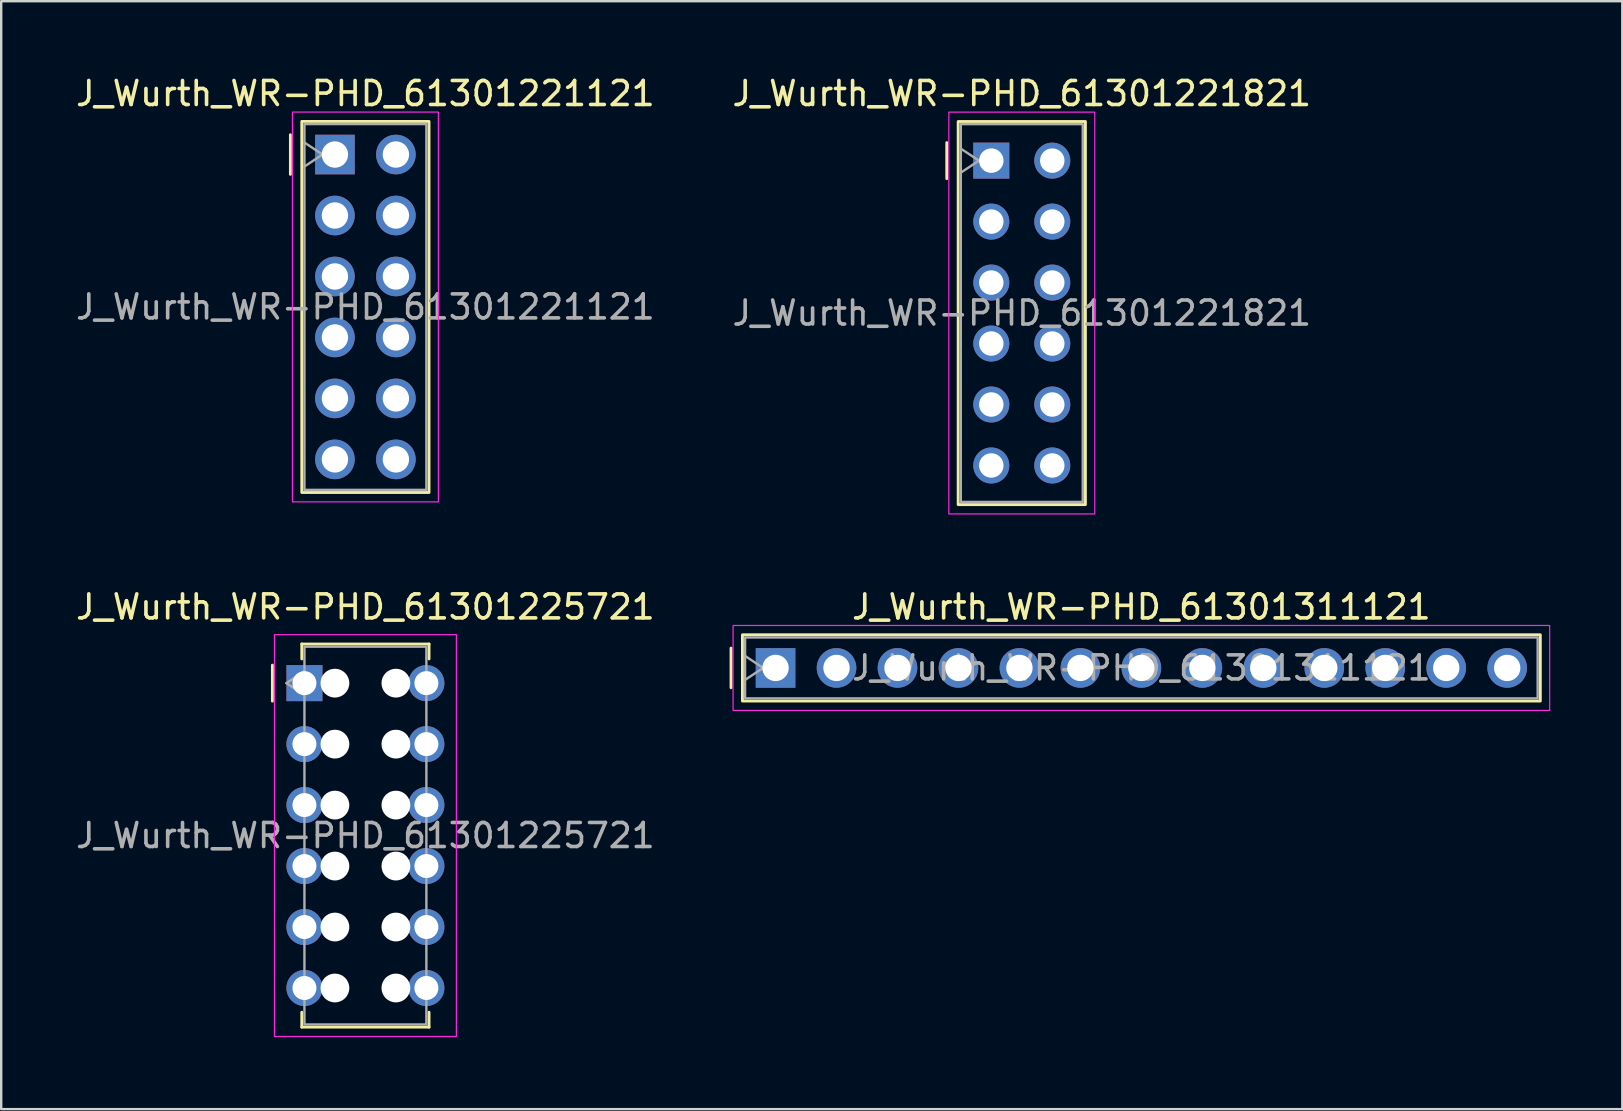
<source format=kicad_pcb>
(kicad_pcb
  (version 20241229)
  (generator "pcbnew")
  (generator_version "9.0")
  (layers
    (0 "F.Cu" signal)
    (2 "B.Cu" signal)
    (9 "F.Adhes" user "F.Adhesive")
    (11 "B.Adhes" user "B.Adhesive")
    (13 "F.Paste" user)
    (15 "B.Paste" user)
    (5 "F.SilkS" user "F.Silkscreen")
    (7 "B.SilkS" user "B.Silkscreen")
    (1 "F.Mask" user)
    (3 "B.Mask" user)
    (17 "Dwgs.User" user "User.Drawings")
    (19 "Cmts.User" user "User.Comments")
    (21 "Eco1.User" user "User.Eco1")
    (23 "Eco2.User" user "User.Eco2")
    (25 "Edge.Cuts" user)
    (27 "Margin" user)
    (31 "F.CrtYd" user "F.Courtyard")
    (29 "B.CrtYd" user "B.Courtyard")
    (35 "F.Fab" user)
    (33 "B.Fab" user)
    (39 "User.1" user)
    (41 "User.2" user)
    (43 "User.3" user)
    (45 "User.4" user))
  (footprint "J_Wurth_WR-PHD_61301311121"
    (layer "F.Cu")
    (at 29.26 24.776)
    (property "Reference" "J_Wurth_WR-PHD_61301311121" (at 15.24 -2.54 0) (unlocked yes) (layer "F.SilkS") (effects (font (size 1 1) (thickness 0.15))))
    (attr through_hole)
    (fp_line (start -1.855 -0.825) (end -1.855 0.825) (stroke (width 0.12) (type solid)) (layer "F.SilkS"))
    (fp_rect (start -1.38 -1.38) (end 31.86 1.38) (stroke (width 0.12) (type solid)) (fill no) (layer "F.SilkS"))
    (fp_rect (start -1.77 -1.77) (end 32.25 1.77) (stroke (width 0.05) (type solid)) (fill no) (layer "F.CrtYd"))
    (fp_line (start -1.27 -0.5) (end -0.52 0) (stroke (width 0.1) (type solid)) (layer "F.Fab"))
    (fp_line (start -0.52 0) (end -1.27 0.5) (stroke (width 0.1) (type solid)) (layer "F.Fab"))
    (fp_rect (start -1.27 -1.27) (end 31.75 1.27) (stroke (width 0.1) (type solid)) (fill no) (layer "F.Fab"))
    (fp_text user "${REFERENCE}" (at 15.24 0 0) (unlocked yes) (layer "F.Fab") (effects (font (size 1 1) (thickness 0.15))))
    (pad "1" thru_hole rect (at 0 0) (size 1.65 1.65) (drill 1.1) (layers "*.Cu" "*.Mask"))
    (pad "2" thru_hole circle (at 2.54 0) (size 1.65 1.65) (drill 1.1) (layers "*.Cu" "*.Mask"))
    (pad "3" thru_hole circle (at 5.08 0) (size 1.65 1.65) (drill 1.1) (layers "*.Cu" "*.Mask"))
    (pad "4" thru_hole circle (at 7.62 0) (size 1.65 1.65) (drill 1.1) (layers "*.Cu" "*.Mask"))
    (pad "5" thru_hole circle (at 10.16 0) (size 1.65 1.65) (drill 1.1) (layers "*.Cu" "*.Mask"))
    (pad "6" thru_hole circle (at 12.7 0) (size 1.65 1.65) (drill 1.1) (layers "*.Cu" "*.Mask"))
    (pad "7" thru_hole circle (at 15.24 0) (size 1.65 1.65) (drill 1.1) (layers "*.Cu" "*.Mask"))
    (pad "8" thru_hole circle (at 17.78 0) (size 1.65 1.65) (drill 1.1) (layers "*.Cu" "*.Mask"))
    (pad "9" thru_hole circle (at 20.32 0) (size 1.65 1.65) (drill 1.1) (layers "*.Cu" "*.Mask"))
    (pad "10" thru_hole circle (at 22.86 0) (size 1.65 1.65) (drill 1.1) (layers "*.Cu" "*.Mask"))
    (pad "11" thru_hole circle (at 25.4 0) (size 1.65 1.65) (drill 1.1) (layers "*.Cu" "*.Mask"))
    (pad "12" thru_hole circle (at 27.94 0) (size 1.65 1.65) (drill 1.1) (layers "*.Cu" "*.Mask"))
    (pad "13" thru_hole circle (at 30.48 0) (size 1.65 1.65) (drill 1.1) (layers "*.Cu" "*.Mask")))
  (footprint "J_Wurth_WR-PHD_61301225721"
    (layer "F.Cu")
    (at 9.633 25.41)
    (property "Reference" "J_Wurth_WR-PHD_61301225721" (at 2.54 -3.175 0) (unlocked yes) (layer "F.SilkS") (effects (font (size 1 1) (thickness 0.15))))
    (attr through_hole)
    (fp_line (start -1.335 -0.75) (end -1.335 0.75) (stroke (width 0.12) (type solid)) (layer "F.SilkS"))
    (fp_line (start -0.11 -1.63) (end -0.11 -1.01) (stroke (width 0.12) (type solid)) (layer "F.SilkS"))
    (fp_line (start -0.11 14.33) (end -0.11 13.71) (stroke (width 0.12) (type solid)) (layer "F.SilkS"))
    (fp_line (start 5.19 -1.63) (end -0.11 -1.63) (stroke (width 0.12) (type solid)) (layer "F.SilkS"))
    (fp_line (start 5.19 -1.63) (end 5.19 -1.01) (stroke (width 0.12) (type solid)) (layer "F.SilkS"))
    (fp_line (start 5.19 14.33) (end -0.11 14.33) (stroke (width 0.12) (type solid)) (layer "F.SilkS"))
    (fp_line (start 5.19 14.33) (end 5.19 13.71) (stroke (width 0.12) (type solid)) (layer "F.SilkS"))
    (fp_rect (start -1.25 -2.02) (end 6.33 14.72) (stroke (width 0.05) (type solid)) (fill no) (layer "F.CrtYd"))
    (fp_line (start -0.75 0) (end 0 -0.5) (stroke (width 0.1) (type solid)) (layer "F.Fab"))
    (fp_line (start 0 0.5) (end -0.75 0) (stroke (width 0.1) (type solid)) (layer "F.Fab"))
    (fp_rect (start 0 -1.52) (end 5.08 14.22) (stroke (width 0.1) (type solid)) (fill no) (layer "F.Fab"))
    (fp_text user "${REFERENCE}" (at 2.54 6.35 0) (unlocked yes) (layer "F.Fab") (effects (font (size 1 1) (thickness 0.15))))
    (pad "" np_thru_hole circle (at 1.27 0 270) (size 1.2 1.2) (drill 1.2) (layers "*.Cu" "*.Mask"))
    (pad "" np_thru_hole circle (at 1.27 2.54 270) (size 1.2 1.2) (drill 1.2) (layers "*.Cu" "*.Mask"))
    (pad "" np_thru_hole circle (at 1.27 5.08 270) (size 1.2 1.2) (drill 1.2) (layers "*.Cu" "*.Mask"))
    (pad "" np_thru_hole circle (at 1.27 7.62 270) (size 1.2 1.2) (drill 1.2) (layers "*.Cu" "*.Mask"))
    (pad "" np_thru_hole circle (at 1.27 10.16 270) (size 1.2 1.2) (drill 1.2) (layers "*.Cu" "*.Mask"))
    (pad "" np_thru_hole circle (at 1.27 12.7 270) (size 1.2 1.2) (drill 1.2) (layers "*.Cu" "*.Mask"))
    (pad "" np_thru_hole circle (at 3.81 0 270) (size 1.2 1.2) (drill 1.2) (layers "*.Cu" "*.Mask"))
    (pad "" np_thru_hole circle (at 3.81 2.54 270) (size 1.2 1.2) (drill 1.2) (layers "*.Cu" "*.Mask"))
    (pad "" np_thru_hole circle (at 3.81 5.08 270) (size 1.2 1.2) (drill 1.2) (layers "*.Cu" "*.Mask"))
    (pad "" np_thru_hole circle (at 3.81 7.62 270) (size 1.2 1.2) (drill 1.2) (layers "*.Cu" "*.Mask"))
    (pad "" np_thru_hole circle (at 3.81 10.16 270) (size 1.2 1.2) (drill 1.2) (layers "*.Cu" "*.Mask"))
    (pad "" np_thru_hole circle (at 3.81 12.7 270) (size 1.2 1.2) (drill 1.2) (layers "*.Cu" "*.Mask"))
    (pad "1" thru_hole rect (at 0 0 270) (size 1.5 1.5) (drill 1) (layers "*.Cu" "*.Mask"))
    (pad "2" thru_hole circle (at 5.08 0 270) (size 1.5 1.5) (drill 1) (layers "*.Cu" "*.Mask"))
    (pad "3" thru_hole circle (at 0 2.54 270) (size 1.5 1.5) (drill 1) (layers "*.Cu" "*.Mask"))
    (pad "4" thru_hole circle (at 5.08 2.54 270) (size 1.5 1.5) (drill 1) (layers "*.Cu" "*.Mask"))
    (pad "5" thru_hole circle (at 0 5.08 270) (size 1.5 1.5) (drill 1) (layers "*.Cu" "*.Mask"))
    (pad "6" thru_hole circle (at 5.08 5.08 270) (size 1.5 1.5) (drill 1) (layers "*.Cu" "*.Mask"))
    (pad "7" thru_hole circle (at 0 7.62 270) (size 1.5 1.5) (drill 1) (layers "*.Cu" "*.Mask"))
    (pad "8" thru_hole circle (at 5.08 7.62 270) (size 1.5 1.5) (drill 1) (layers "*.Cu" "*.Mask"))
    (pad "9" thru_hole circle (at 0 10.16 270) (size 1.5 1.5) (drill 1) (layers "*.Cu" "*.Mask"))
    (pad "10" thru_hole circle (at 5.08 10.16 270) (size 1.5 1.5) (drill 1) (layers "*.Cu" "*.Mask"))
    (pad "11" thru_hole circle (at 0 12.7 270) (size 1.5 1.5) (drill 1) (layers "*.Cu" "*.Mask"))
    (pad "12" thru_hole circle (at 5.08 12.7 270) (size 1.5 1.5) (drill 1) (layers "*.Cu" "*.Mask")))
  (footprint "J_Wurth_WR-PHD_61301221821"
    (layer "F.Cu")
    (at 38.248 3.642)
    (property "Reference" "J_Wurth_WR-PHD_61301221821" (at 1.27 -2.794 0) (unlocked yes) (layer "F.SilkS") (effects (font (size 1 1) (thickness 0.15))))
    (attr through_hole)
    (fp_line (start -1.855 -0.75) (end -1.855 0.75) (stroke (width 0.12) (type solid)) (layer "F.SilkS"))
    (fp_rect (start -1.38 -1.63) (end 3.92 14.33) (stroke (width 0.12) (type solid)) (fill no) (layer "F.SilkS"))
    (fp_rect (start -1.77 -2.02) (end 4.31 14.72) (stroke (width 0.05) (type solid)) (fill no) (layer "F.CrtYd"))
    (fp_line (start -1.27 -0.5) (end -0.52 0) (stroke (width 0.1) (type solid)) (layer "F.Fab"))
    (fp_line (start -0.52 0) (end -1.27 0.5) (stroke (width 0.1) (type solid)) (layer "F.Fab"))
    (fp_rect (start -1.27 -1.52) (end 3.81 14.22) (stroke (width 0.1) (type solid)) (fill no) (layer "F.Fab"))
    (fp_text user "${REFERENCE}" (at 1.27 6.35 0) (unlocked yes) (layer "F.Fab") (effects (font (size 1 1) (thickness 0.15))))
    (pad "1" thru_hole rect (at 0 0) (size 1.5 1.5) (drill 1.02) (layers "*.Cu" "*.Mask"))
    (pad "2" thru_hole circle (at 2.54 0) (size 1.5 1.5) (drill 1.02) (layers "*.Cu" "*.Mask"))
    (pad "3" thru_hole circle (at 0 2.54) (size 1.5 1.5) (drill 1.02) (layers "*.Cu" "*.Mask"))
    (pad "4" thru_hole circle (at 2.54 2.54) (size 1.5 1.5) (drill 1.02) (layers "*.Cu" "*.Mask"))
    (pad "5" thru_hole circle (at 0 5.08) (size 1.5 1.5) (drill 1.02) (layers "*.Cu" "*.Mask"))
    (pad "6" thru_hole circle (at 2.54 5.08) (size 1.5 1.5) (drill 1.02) (layers "*.Cu" "*.Mask"))
    (pad "7" thru_hole circle (at 0 7.62) (size 1.5 1.5) (drill 1.02) (layers "*.Cu" "*.Mask"))
    (pad "8" thru_hole circle (at 2.54 7.62) (size 1.5 1.5) (drill 1.02) (layers "*.Cu" "*.Mask"))
    (pad "9" thru_hole circle (at 0 10.16) (size 1.5 1.5) (drill 1.02) (layers "*.Cu" "*.Mask"))
    (pad "10" thru_hole circle (at 2.54 10.16) (size 1.5 1.5) (drill 1.02) (layers "*.Cu" "*.Mask"))
    (pad "11" thru_hole circle (at 0 12.7) (size 1.5 1.5) (drill 1.02) (layers "*.Cu" "*.Mask"))
    (pad "12" thru_hole circle (at 2.54 12.7) (size 1.5 1.5) (drill 1.02) (layers "*.Cu" "*.Mask")))
  (footprint "J_Wurth_WR-PHD_61301221121"
    (layer "F.Cu")
    (at 10.903 3.388)
    (property "Reference" "J_Wurth_WR-PHD_61301221121" (at 1.27 -2.54 0) (unlocked yes) (layer "F.SilkS") (effects (font (size 1 1) (thickness 0.15))))
    (attr through_hole)
    (fp_line (start -1.855 -0.825) (end -1.855 0.825) (stroke (width 0.12) (type solid)) (layer "F.SilkS"))
    (fp_rect (start -1.38 -1.38) (end 3.92 14.08) (stroke (width 0.12) (type solid)) (fill no) (layer "F.SilkS"))
    (fp_rect (start -1.77 -1.77) (end 4.31 14.47) (stroke (width 0.05) (type solid)) (fill no) (layer "F.CrtYd"))
    (fp_line (start -1.27 -0.5) (end -0.52 0) (stroke (width 0.1) (type solid)) (layer "F.Fab"))
    (fp_line (start -0.52 0) (end -1.27 0.5) (stroke (width 0.1) (type solid)) (layer "F.Fab"))
    (fp_rect (start -1.27 -1.27) (end 3.81 13.97) (stroke (width 0.1) (type solid)) (fill no) (layer "F.Fab"))
    (fp_text user "${REFERENCE}" (at 1.27 6.35 0) (unlocked yes) (layer "F.Fab") (effects (font (size 1 1) (thickness 0.15))))
    (pad "1" thru_hole rect (at 0 0 270) (size 1.65 1.65) (drill 1.1) (layers "*.Cu" "*.Mask"))
    (pad "2" thru_hole circle (at 2.54 0 270) (size 1.65 1.65) (drill 1.1) (layers "*.Cu" "*.Mask"))
    (pad "3" thru_hole circle (at 0 2.54 270) (size 1.65 1.65) (drill 1.1) (layers "*.Cu" "*.Mask"))
    (pad "4" thru_hole circle (at 2.54 2.54 270) (size 1.65 1.65) (drill 1.1) (layers "*.Cu" "*.Mask"))
    (pad "5" thru_hole circle (at 0 5.08 270) (size 1.65 1.65) (drill 1.1) (layers "*.Cu" "*.Mask"))
    (pad "6" thru_hole circle (at 2.54 5.08 270) (size 1.65 1.65) (drill 1.1) (layers "*.Cu" "*.Mask"))
    (pad "7" thru_hole circle (at 0 7.62 270) (size 1.65 1.65) (drill 1.1) (layers "*.Cu" "*.Mask"))
    (pad "8" thru_hole circle (at 2.54 7.62 270) (size 1.65 1.65) (drill 1.1) (layers "*.Cu" "*.Mask"))
    (pad "9" thru_hole circle (at 0 10.16 270) (size 1.65 1.65) (drill 1.1) (layers "*.Cu" "*.Mask"))
    (pad "10" thru_hole circle (at 2.54 10.16 270) (size 1.65 1.65) (drill 1.1) (layers "*.Cu" "*.Mask"))
    (pad "11" thru_hole circle (at 0 12.7 270) (size 1.65 1.65) (drill 1.1) (layers "*.Cu" "*.Mask"))
    (pad "12" thru_hole circle (at 2.54 12.7 270) (size 1.65 1.65) (drill 1.1) (layers "*.Cu" "*.Mask")))
  (gr_rect
    (start -3 -3)
    (end 64.535 43.156)
    (stroke (width 0.1) (type default))
    (fill no)
    (layer "Edge.Cuts")))
</source>
